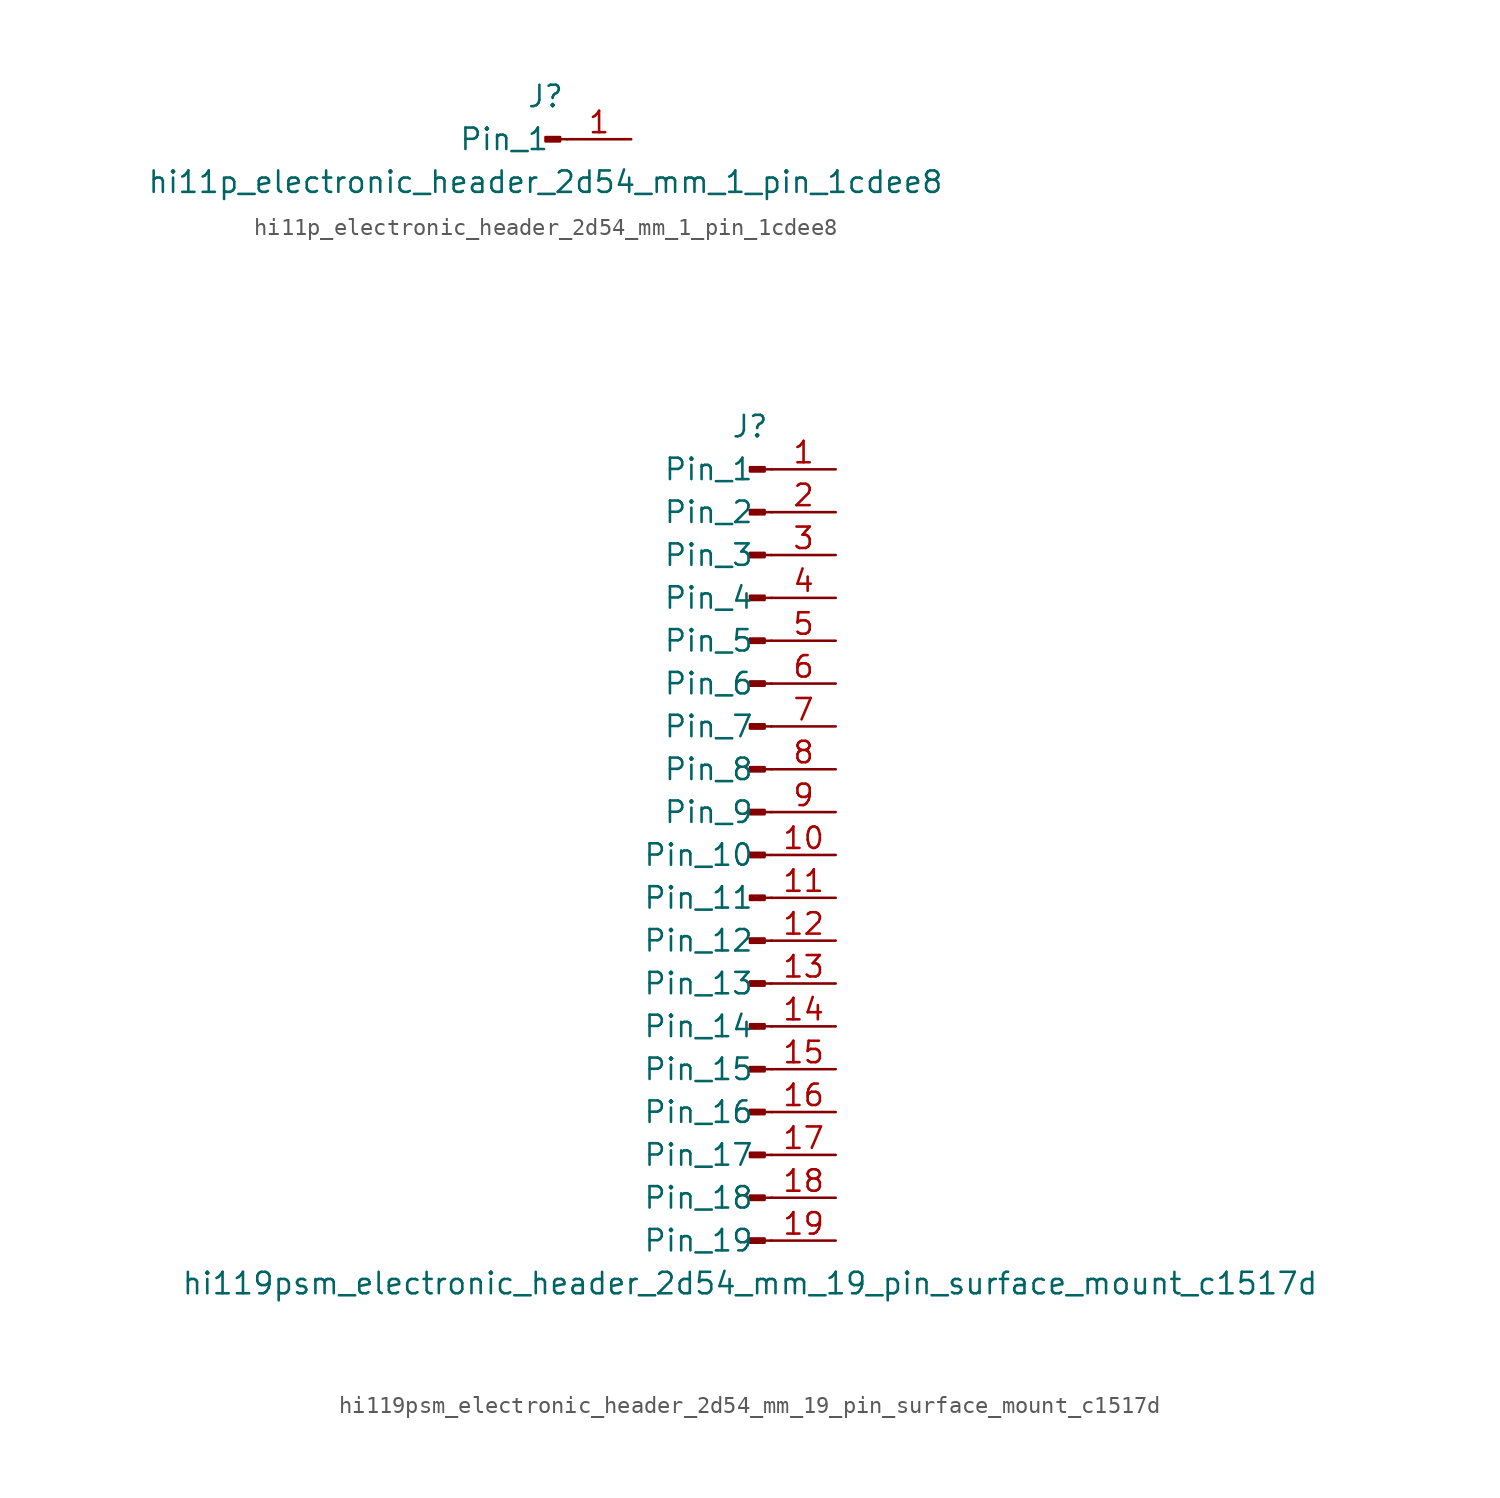
<source format=kicad_sym>
(kicad_symbol_lib
  (version 20220914)
  (generator kicad_symbol_editor)
  (symbol "hi11p_electronic_header_2d54_mm_1_pin_1cdee8"
    (pin_names
      (offset 1.016))
    (property "Reference" "J"
      (at 0 2.54 0)
      (effects (font (size 1.27 1.27))))
    (property "Value" "hi11p_electronic_header_2d54_mm_1_pin_1cdee8"
      (at 0 -2.54 0)
      (effects (font (size 1.27 1.27))))
    (property "ki_locked" ""
      (at 0 0 0)
      (effects (font (size 1.27 1.27))))
    (symbol "hi11p_electronic_header_2d54_mm_1_pin_1cdee8_1_1"
      (polyline (pts (xy 1.27 0) (xy 0.864 0)) (stroke (width 0.152) (type default)) (fill (type none)))
      (rectangle (start 0.864 0.127) (end 0 -0.127) (stroke (width 0.152) (type default)) (fill (type outline)))
      (pin passive line (at 5.08 0 180) (length 3.81) (name "Pin_1" (effects (font (size 1.27 1.27)))) (number "1" (effects (font (size 1.27 1.27)))))))
  (symbol "hi119psm_electronic_header_2d54_mm_19_pin_surface_mount_c1517d"
    (pin_names
      (offset 1.016))
    (property "Reference" "J"
      (at 0 25.4 0)
      (effects (font (size 1.27 1.27))))
    (property "Value" "hi119psm_electronic_header_2d54_mm_19_pin_surface_mount_c1517d"
      (at 0 -25.4 0)
      (effects (font (size 1.27 1.27))))
    (property "ki_locked" ""
      (at 0 0 0)
      (effects (font (size 1.27 1.27))))
    (symbol "hi119psm_electronic_header_2d54_mm_19_pin_surface_mount_c1517d_1_1"
      (polyline (pts (xy 1.27 -22.86) (xy 0.864 -22.86)) (stroke (width 0.152) (type default)) (fill (type none)))
      (polyline (pts (xy 1.27 -20.32) (xy 0.864 -20.32)) (stroke (width 0.152) (type default)) (fill (type none)))
      (polyline (pts (xy 1.27 -17.78) (xy 0.864 -17.78)) (stroke (width 0.152) (type default)) (fill (type none)))
      (polyline (pts (xy 1.27 -15.24) (xy 0.864 -15.24)) (stroke (width 0.152) (type default)) (fill (type none)))
      (polyline (pts (xy 1.27 -12.7) (xy 0.864 -12.7)) (stroke (width 0.152) (type default)) (fill (type none)))
      (polyline (pts (xy 1.27 -10.16) (xy 0.864 -10.16)) (stroke (width 0.152) (type default)) (fill (type none)))
      (polyline (pts (xy 1.27 -7.62) (xy 0.864 -7.62)) (stroke (width 0.152) (type default)) (fill (type none)))
      (polyline (pts (xy 1.27 -5.08) (xy 0.864 -5.08)) (stroke (width 0.152) (type default)) (fill (type none)))
      (polyline (pts (xy 1.27 -2.54) (xy 0.864 -2.54)) (stroke (width 0.152) (type default)) (fill (type none)))
      (polyline (pts (xy 1.27 0) (xy 0.864 0)) (stroke (width 0.152) (type default)) (fill (type none)))
      (polyline (pts (xy 1.27 2.54) (xy 0.864 2.54)) (stroke (width 0.152) (type default)) (fill (type none)))
      (polyline (pts (xy 1.27 5.08) (xy 0.864 5.08)) (stroke (width 0.152) (type default)) (fill (type none)))
      (polyline (pts (xy 1.27 7.62) (xy 0.864 7.62)) (stroke (width 0.152) (type default)) (fill (type none)))
      (polyline (pts (xy 1.27 10.16) (xy 0.864 10.16)) (stroke (width 0.152) (type default)) (fill (type none)))
      (polyline (pts (xy 1.27 12.7) (xy 0.864 12.7)) (stroke (width 0.152) (type default)) (fill (type none)))
      (polyline (pts (xy 1.27 15.24) (xy 0.864 15.24)) (stroke (width 0.152) (type default)) (fill (type none)))
      (polyline (pts (xy 1.27 17.78) (xy 0.864 17.78)) (stroke (width 0.152) (type default)) (fill (type none)))
      (polyline (pts (xy 1.27 20.32) (xy 0.864 20.32)) (stroke (width 0.152) (type default)) (fill (type none)))
      (polyline (pts (xy 1.27 22.86) (xy 0.864 22.86)) (stroke (width 0.152) (type default)) (fill (type none)))
      (rectangle (start 0.864 -22.733) (end 0 -22.987) (stroke (width 0.152) (type default)) (fill (type outline)))
      (rectangle (start 0.864 -20.193) (end 0 -20.447) (stroke (width 0.152) (type default)) (fill (type outline)))
      (rectangle (start 0.864 -17.653) (end 0 -17.907) (stroke (width 0.152) (type default)) (fill (type outline)))
      (rectangle (start 0.864 -15.113) (end 0 -15.367) (stroke (width 0.152) (type default)) (fill (type outline)))
      (rectangle (start 0.864 -12.573) (end 0 -12.827) (stroke (width 0.152) (type default)) (fill (type outline)))
      (rectangle (start 0.864 -10.033) (end 0 -10.287) (stroke (width 0.152) (type default)) (fill (type outline)))
      (rectangle (start 0.864 -7.493) (end 0 -7.747) (stroke (width 0.152) (type default)) (fill (type outline)))
      (rectangle (start 0.864 -4.953) (end 0 -5.207) (stroke (width 0.152) (type default)) (fill (type outline)))
      (rectangle (start 0.864 -2.413) (end 0 -2.667) (stroke (width 0.152) (type default)) (fill (type outline)))
      (rectangle (start 0.864 0.127) (end 0 -0.127) (stroke (width 0.152) (type default)) (fill (type outline)))
      (rectangle (start 0.864 2.667) (end 0 2.413) (stroke (width 0.152) (type default)) (fill (type outline)))
      (rectangle (start 0.864 5.207) (end 0 4.953) (stroke (width 0.152) (type default)) (fill (type outline)))
      (rectangle (start 0.864 7.747) (end 0 7.493) (stroke (width 0.152) (type default)) (fill (type outline)))
      (rectangle (start 0.864 10.287) (end 0 10.033) (stroke (width 0.152) (type default)) (fill (type outline)))
      (rectangle (start 0.864 12.827) (end 0 12.573) (stroke (width 0.152) (type default)) (fill (type outline)))
      (rectangle (start 0.864 15.367) (end 0 15.113) (stroke (width 0.152) (type default)) (fill (type outline)))
      (rectangle (start 0.864 17.907) (end 0 17.653) (stroke (width 0.152) (type default)) (fill (type outline)))
      (rectangle (start 0.864 20.447) (end 0 20.193) (stroke (width 0.152) (type default)) (fill (type outline)))
      (rectangle (start 0.864 22.987) (end 0 22.733) (stroke (width 0.152) (type default)) (fill (type outline)))
      (pin passive line (at 5.08 22.86 180) (length 3.81) (name "Pin_1" (effects (font (size 1.27 1.27)))) (number "1" (effects (font (size 1.27 1.27)))))
      (pin passive line (at 5.08 0 180) (length 3.81) (name "Pin_10" (effects (font (size 1.27 1.27)))) (number "10" (effects (font (size 1.27 1.27)))))
      (pin passive line (at 5.08 -2.54 180) (length 3.81) (name "Pin_11" (effects (font (size 1.27 1.27)))) (number "11" (effects (font (size 1.27 1.27)))))
      (pin passive line (at 5.08 -5.08 180) (length 3.81) (name "Pin_12" (effects (font (size 1.27 1.27)))) (number "12" (effects (font (size 1.27 1.27)))))
      (pin passive line (at 5.08 -7.62 180) (length 3.81) (name "Pin_13" (effects (font (size 1.27 1.27)))) (number "13" (effects (font (size 1.27 1.27)))))
      (pin passive line (at 5.08 -10.16 180) (length 3.81) (name "Pin_14" (effects (font (size 1.27 1.27)))) (number "14" (effects (font (size 1.27 1.27)))))
      (pin passive line (at 5.08 -12.7 180) (length 3.81) (name "Pin_15" (effects (font (size 1.27 1.27)))) (number "15" (effects (font (size 1.27 1.27)))))
      (pin passive line (at 5.08 -15.24 180) (length 3.81) (name "Pin_16" (effects (font (size 1.27 1.27)))) (number "16" (effects (font (size 1.27 1.27)))))
      (pin passive line (at 5.08 -17.78 180) (length 3.81) (name "Pin_17" (effects (font (size 1.27 1.27)))) (number "17" (effects (font (size 1.27 1.27)))))
      (pin passive line (at 5.08 -20.32 180) (length 3.81) (name "Pin_18" (effects (font (size 1.27 1.27)))) (number "18" (effects (font (size 1.27 1.27)))))
      (pin passive line (at 5.08 -22.86 180) (length 3.81) (name "Pin_19" (effects (font (size 1.27 1.27)))) (number "19" (effects (font (size 1.27 1.27)))))
      (pin passive line (at 5.08 20.32 180) (length 3.81) (name "Pin_2" (effects (font (size 1.27 1.27)))) (number "2" (effects (font (size 1.27 1.27)))))
      (pin passive line (at 5.08 17.78 180) (length 3.81) (name "Pin_3" (effects (font (size 1.27 1.27)))) (number "3" (effects (font (size 1.27 1.27)))))
      (pin passive line (at 5.08 15.24 180) (length 3.81) (name "Pin_4" (effects (font (size 1.27 1.27)))) (number "4" (effects (font (size 1.27 1.27)))))
      (pin passive line (at 5.08 12.7 180) (length 3.81) (name "Pin_5" (effects (font (size 1.27 1.27)))) (number "5" (effects (font (size 1.27 1.27)))))
      (pin passive line (at 5.08 10.16 180) (length 3.81) (name "Pin_6" (effects (font (size 1.27 1.27)))) (number "6" (effects (font (size 1.27 1.27)))))
      (pin passive line (at 5.08 7.62 180) (length 3.81) (name "Pin_7" (effects (font (size 1.27 1.27)))) (number "7" (effects (font (size 1.27 1.27)))))
      (pin passive line (at 5.08 5.08 180) (length 3.81) (name "Pin_8" (effects (font (size 1.27 1.27)))) (number "8" (effects (font (size 1.27 1.27)))))
      (pin passive line (at 5.08 2.54 180) (length 3.81) (name "Pin_9" (effects (font (size 1.27 1.27)))) (number "9" (effects (font (size 1.27 1.27))))))))
</source>
